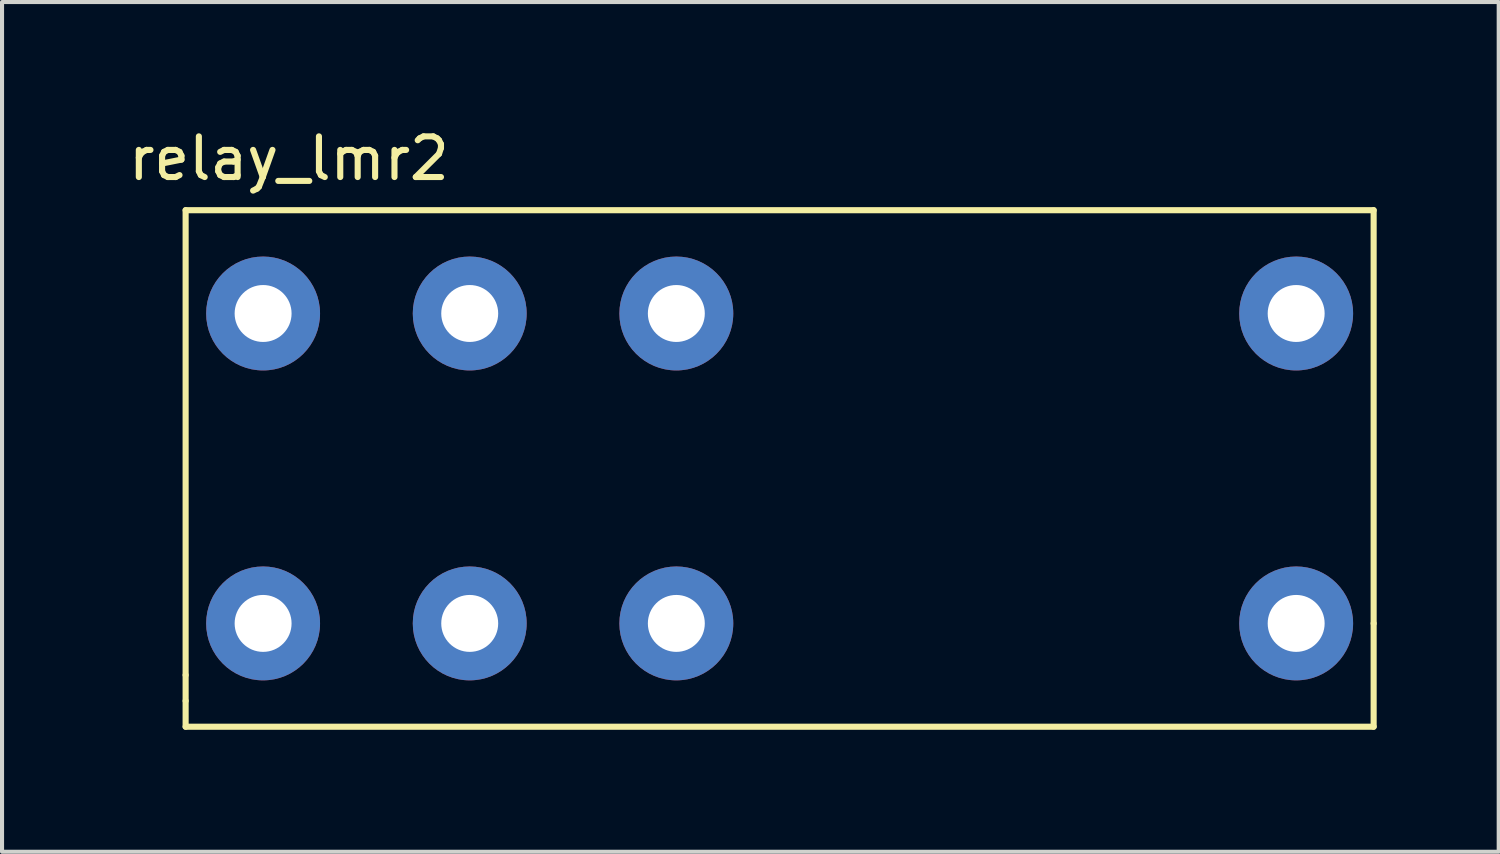
<source format=kicad_pcb>
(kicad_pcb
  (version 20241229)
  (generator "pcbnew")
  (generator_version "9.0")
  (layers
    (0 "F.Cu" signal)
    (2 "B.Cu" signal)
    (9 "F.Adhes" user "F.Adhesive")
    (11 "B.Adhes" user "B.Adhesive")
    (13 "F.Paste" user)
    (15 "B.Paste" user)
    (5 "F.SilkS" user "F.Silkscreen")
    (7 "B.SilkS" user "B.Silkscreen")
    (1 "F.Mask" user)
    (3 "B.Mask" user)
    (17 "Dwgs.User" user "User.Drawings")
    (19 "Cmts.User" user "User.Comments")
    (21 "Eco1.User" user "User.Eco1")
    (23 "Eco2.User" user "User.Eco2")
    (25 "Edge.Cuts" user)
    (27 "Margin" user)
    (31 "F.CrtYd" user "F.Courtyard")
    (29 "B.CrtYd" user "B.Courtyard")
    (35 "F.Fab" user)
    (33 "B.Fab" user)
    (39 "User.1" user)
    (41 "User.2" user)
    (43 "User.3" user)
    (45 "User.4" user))
  (footprint "relay_lmr2"
    (layer "F.Cu")
    (at 16.119 8.468)
    (property "Reference" "relay_lmr2" (at -12.065 -7.62 0) (layer "F.SilkS") (effects (font (size 1 1) (thickness 0.15))))
    (attr through_hole)
    (fp_line (start -14.605 -6.35) (end -14.605 5.08) (stroke (width 0.15) (type solid)) (layer "F.SilkS"))
    (fp_line (start -14.605 5.08) (end -14.605 5.715) (stroke (width 0.15) (type solid)) (layer "F.SilkS"))
    (fp_line (start -14.605 5.715) (end -14.605 6.35) (stroke (width 0.15) (type solid)) (layer "F.SilkS"))
    (fp_line (start -14.605 6.35) (end 14.605 6.35) (stroke (width 0.15) (type solid)) (layer "F.SilkS"))
    (fp_line (start 14.605 -6.35) (end -14.605 -6.35) (stroke (width 0.15) (type solid)) (layer "F.SilkS"))
    (fp_line (start 14.605 3.81) (end 14.605 -6.35) (stroke (width 0.15) (type solid)) (layer "F.SilkS"))
    (fp_line (start 14.605 6.35) (end 14.605 3.81) (stroke (width 0.15) (type solid)) (layer "F.SilkS"))
    (pad "1" thru_hole circle (at 12.7 -3.81) (size 2.8 2.8) (drill 1.4) (layers "*.Cu" "*.Mask"))
    (pad "2" thru_hole circle (at 12.7 3.81) (size 2.8 2.8) (drill 1.4) (layers "*.Cu" "*.Mask"))
    (pad "3" thru_hole circle (at -2.54 -3.81) (size 2.8 2.8) (drill 1.4) (layers "*.Cu" "*.Mask"))
    (pad "4" thru_hole circle (at -7.62 -3.81) (size 2.8 2.8) (drill 1.4) (layers "*.Cu" "*.Mask"))
    (pad "5" thru_hole circle (at -12.7 -3.81) (size 2.8 2.8) (drill 1.4) (layers "*.Cu" "*.Mask"))
    (pad "6" thru_hole circle (at -12.7 3.81) (size 2.8 2.8) (drill 1.4) (layers "*.Cu" "*.Mask"))
    (pad "7" thru_hole circle (at -7.62 3.81) (size 2.8 2.8) (drill 1.4) (layers "*.Cu" "*.Mask"))
    (pad "8" thru_hole circle (at -2.54 3.81) (size 2.8 2.8) (drill 1.4) (layers "*.Cu" "*.Mask")))
  (gr_rect
    (start -3 -3)
    (end 33.799 17.893)
    (stroke (width 0.1) (type default))
    (fill no)
    (layer "Edge.Cuts")))
</source>
